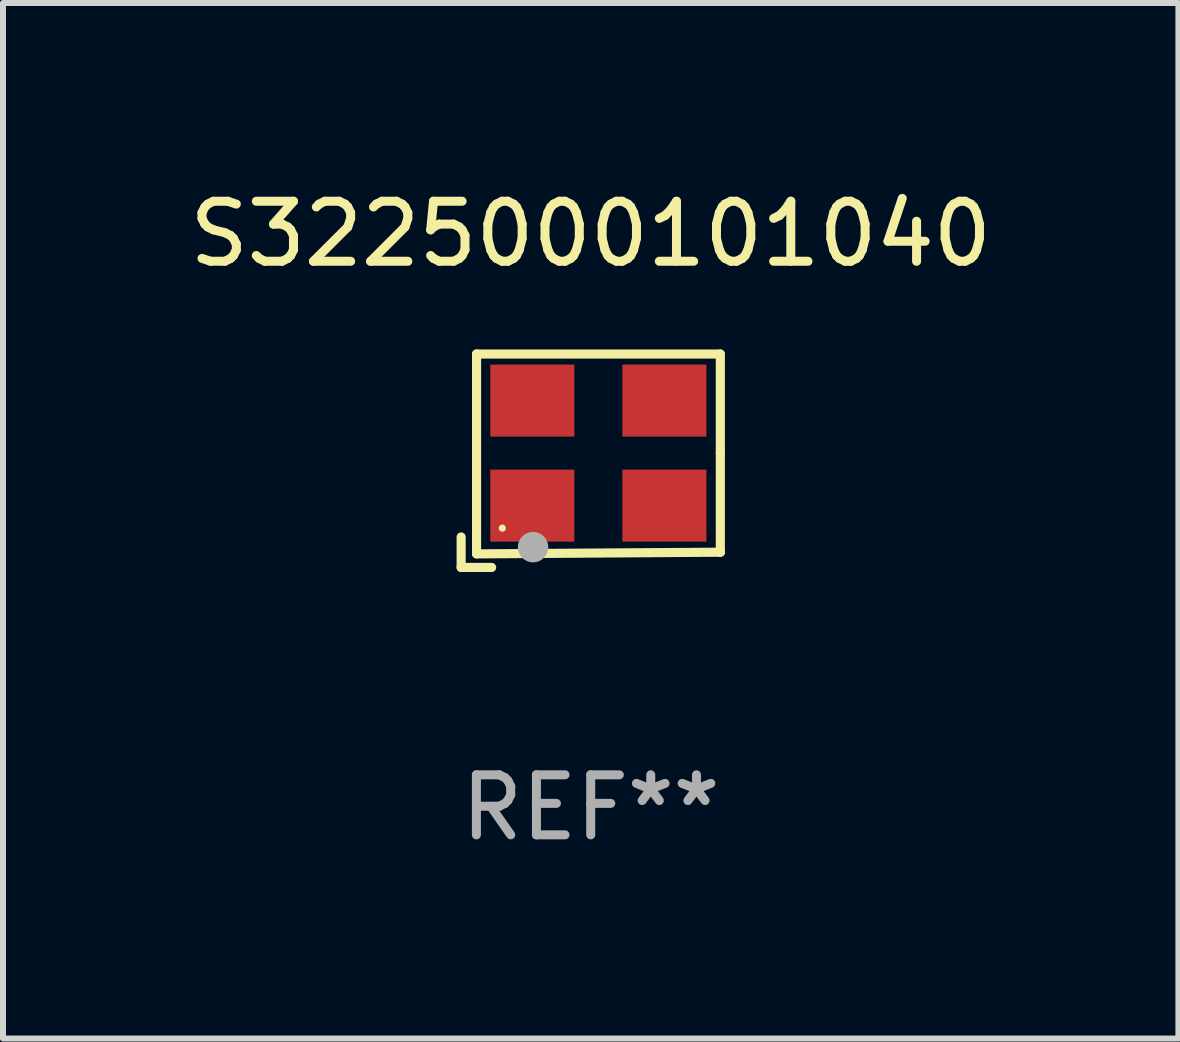
<source format=kicad_pcb>
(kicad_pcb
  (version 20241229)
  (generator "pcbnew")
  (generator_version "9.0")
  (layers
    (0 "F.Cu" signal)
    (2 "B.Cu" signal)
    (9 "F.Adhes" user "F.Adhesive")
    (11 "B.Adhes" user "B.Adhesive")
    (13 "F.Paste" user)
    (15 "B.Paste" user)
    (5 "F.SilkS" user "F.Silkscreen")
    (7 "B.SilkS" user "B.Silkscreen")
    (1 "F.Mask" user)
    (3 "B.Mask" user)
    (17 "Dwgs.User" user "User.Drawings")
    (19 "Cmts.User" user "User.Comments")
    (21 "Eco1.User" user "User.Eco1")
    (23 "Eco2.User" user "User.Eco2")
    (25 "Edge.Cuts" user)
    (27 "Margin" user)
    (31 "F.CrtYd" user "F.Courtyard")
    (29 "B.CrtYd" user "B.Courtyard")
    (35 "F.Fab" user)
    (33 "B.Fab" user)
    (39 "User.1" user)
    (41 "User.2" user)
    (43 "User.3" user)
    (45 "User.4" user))
  (footprint "S3225000101040"
    (layer "F.Cu")
    (at 6.792 4.626)
    (property "Reference" "S3225000101040" (at 0 -3.778 0) (layer "F.SilkS") (effects (font (size 1 1) (thickness 0.15))))
    (attr through_hole)
    (fp_line (start -2.159 1.27) (end -2.159 1.778) (stroke (width 0.152) (type solid)) (layer "F.SilkS"))
    (fp_line (start -2.159 1.778) (end -1.651 1.778) (stroke (width 0.152) (type solid)) (layer "F.SilkS"))
    (fp_line (start -1.902 -1.778) (end 2.159 -1.778) (stroke (width 0.152) (type solid)) (layer "F.SilkS"))
    (fp_line (start -1.902 1.552) (end -1.902 -1.778) (stroke (width 0.152) (type solid)) (layer "F.SilkS"))
    (fp_line (start 2.159 -1.778) (end 2.159 -0.127) (stroke (width 0.152) (type solid)) (layer "F.SilkS"))
    (fp_line (start 2.159 -0.127) (end 2.159 1.524) (stroke (width 0.152) (type solid)) (layer "F.SilkS"))
    (fp_line (start 2.159 1.524) (end -1.902 1.552) (stroke (width 0.152) (type solid)) (layer "F.SilkS"))
    (fp_line (start 2.159 1.524) (end 2.159 1.524) (stroke (width 0.152) (type solid)) (layer "F.SilkS"))
    (fp_circle (center -1.473 1.123) (end -1.443 1.123) (stroke (width 0.06) (type solid)) (fill no) (layer "F.SilkS"))
    (fp_circle (center -0.961 1.44) (end -0.834 1.44) (stroke (width 0.254) (type solid)) (fill no) (layer "F.Fab"))
    (fp_text user "REF**" (at 0 5.778 0) (layer "F.Fab") (effects (font (size 1 1) (thickness 0.15))))
    (pad "1" smd rect (at -0.973 0.748) (size 1.4 1.2) (layers "F.Cu" "F.Mask" "F.Paste"))
    (pad "2" smd rect (at 1.227 0.748) (size 1.4 1.2) (layers "F.Cu" "F.Mask" "F.Paste"))
    (pad "3" smd rect (at 1.227 -1.002) (size 1.4 1.2) (layers "F.Cu" "F.Mask" "F.Paste"))
    (pad "4" smd rect (at -0.973 -1.002) (size 1.4 1.2) (layers "F.Cu" "F.Mask" "F.Paste")))
  (gr_rect
    (start -3 -3)
    (end 16.583 14.253)
    (stroke (width 0.1) (type default))
    (fill no)
    (layer "Edge.Cuts")))
</source>
